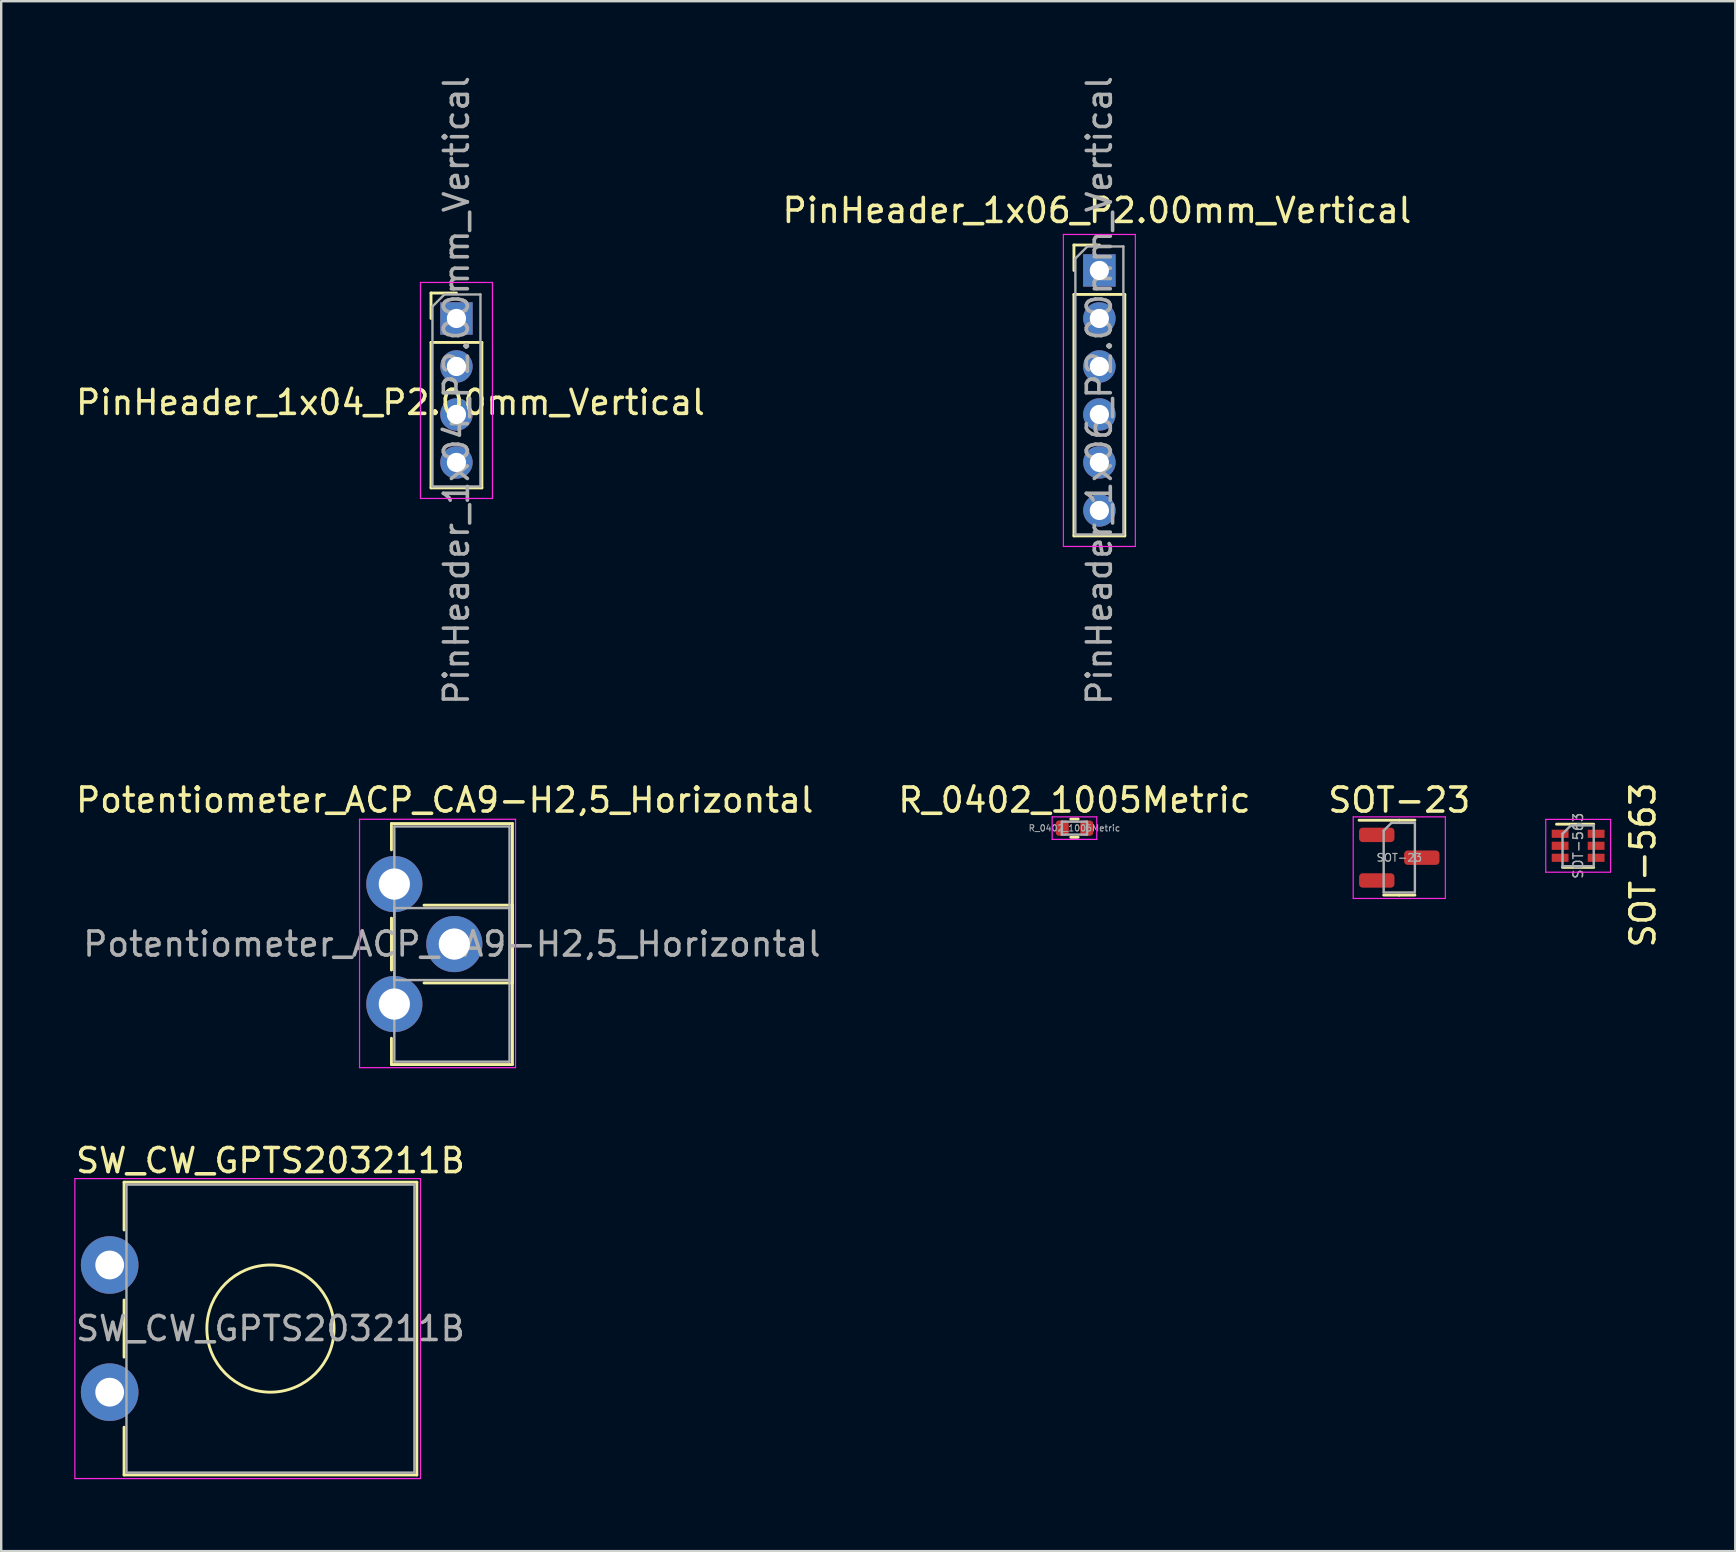
<source format=kicad_pcb>
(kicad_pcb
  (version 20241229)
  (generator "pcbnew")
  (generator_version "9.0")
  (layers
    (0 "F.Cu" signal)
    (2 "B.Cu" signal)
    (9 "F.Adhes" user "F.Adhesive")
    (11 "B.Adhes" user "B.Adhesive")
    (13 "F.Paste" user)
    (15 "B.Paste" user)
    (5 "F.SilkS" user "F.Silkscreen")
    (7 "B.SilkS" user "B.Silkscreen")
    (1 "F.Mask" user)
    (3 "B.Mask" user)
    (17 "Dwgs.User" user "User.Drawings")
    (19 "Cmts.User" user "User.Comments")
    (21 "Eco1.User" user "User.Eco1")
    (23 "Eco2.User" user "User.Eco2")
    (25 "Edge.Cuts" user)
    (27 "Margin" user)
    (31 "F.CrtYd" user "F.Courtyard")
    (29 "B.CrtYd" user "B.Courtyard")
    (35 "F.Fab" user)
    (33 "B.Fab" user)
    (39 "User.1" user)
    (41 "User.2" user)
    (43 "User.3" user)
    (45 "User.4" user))
  (footprint "PinHeader_1x04_P2.00mm_Vertical"
    (layer "F.Cu")
    (at 15.97 10.22)
    (property "Reference" "PinHeader_1x04_P2.00mm_Vertical" (at -2.75 3.5 0) (layer "F.SilkS") (effects (font (size 1 1) (thickness 0.15))))
    (attr through_hole exclude_from_bom)
    (fp_line (start -1.06 -1.06) (end 0 -1.06) (stroke (width 0.12) (type solid)) (layer "F.SilkS"))
    (fp_line (start -1.06 0) (end -1.06 -1.06) (stroke (width 0.12) (type solid)) (layer "F.SilkS"))
    (fp_line (start -1.06 1) (end -1.06 7.06) (stroke (width 0.12) (type solid)) (layer "F.SilkS"))
    (fp_line (start -1.06 1) (end 1.06 1) (stroke (width 0.12) (type solid)) (layer "F.SilkS"))
    (fp_line (start -1.06 7.06) (end 1.06 7.06) (stroke (width 0.12) (type solid)) (layer "F.SilkS"))
    (fp_line (start 1.06 1) (end 1.06 7.06) (stroke (width 0.12) (type solid)) (layer "F.SilkS"))
    (fp_line (start -1.5 -1.5) (end -1.5 7.5) (stroke (width 0.05) (type solid)) (layer "F.CrtYd"))
    (fp_line (start -1.5 7.5) (end 1.5 7.5) (stroke (width 0.05) (type solid)) (layer "F.CrtYd"))
    (fp_line (start 1.5 -1.5) (end -1.5 -1.5) (stroke (width 0.05) (type solid)) (layer "F.CrtYd"))
    (fp_line (start 1.5 7.5) (end 1.5 -1.5) (stroke (width 0.05) (type solid)) (layer "F.CrtYd"))
    (fp_line (start -1 -0.5) (end -0.5 -1) (stroke (width 0.1) (type solid)) (layer "F.Fab"))
    (fp_line (start -1 7) (end -1 -0.5) (stroke (width 0.1) (type solid)) (layer "F.Fab"))
    (fp_line (start -0.5 -1) (end 1 -1) (stroke (width 0.1) (type solid)) (layer "F.Fab"))
    (fp_line (start 1 -1) (end 1 7) (stroke (width 0.1) (type solid)) (layer "F.Fab"))
    (fp_line (start 1 7) (end -1 7) (stroke (width 0.1) (type solid)) (layer "F.Fab"))
    (fp_text user "${REFERENCE}" (at 0 3 90) (layer "F.Fab") (effects (font (size 1 1) (thickness 0.15))))
    (pad "1" thru_hole rect (at 0 0) (size 1.35 1.35) (drill 0.8) (layers "*.Cu" "*.Mask"))
    (pad "2" thru_hole oval (at 0 2) (size 1.35 1.35) (drill 0.8) (layers "*.Cu" "*.Mask"))
    (pad "3" thru_hole oval (at 0 4) (size 1.35 1.35) (drill 0.8) (layers "*.Cu" "*.Mask"))
    (pad "4" thru_hole oval (at 0 6) (size 1.35 1.35) (drill 0.8) (layers "*.Cu" "*.Mask")))
  (footprint "Potentiometer_ACP_CA9-H2,5_Horizontal"
    (layer "F.Cu")
    (at 13.382 33.789)
    (property "Reference" "Potentiometer_ACP_CA9-H2,5_Horizontal" (at 2.1 -3.5 0) (layer "F.SilkS") (effects (font (size 1 1) (thickness 0.15))))
    (attr through_hole exclude_from_bom)
    (fp_line (start -0.121 -2.521) (end -0.121 -1.426) (stroke (width 0.12) (type solid)) (layer "F.SilkS"))
    (fp_line (start -0.121 -2.521) (end 4.92 -2.521) (stroke (width 0.12) (type solid)) (layer "F.SilkS"))
    (fp_line (start -0.121 1.426) (end -0.121 3.575) (stroke (width 0.12) (type solid)) (layer "F.SilkS"))
    (fp_line (start -0.121 1.426) (end -0.121 3.575) (stroke (width 0.12) (type solid)) (layer "F.SilkS"))
    (fp_line (start -0.121 6.425) (end -0.121 7.52) (stroke (width 0.12) (type solid)) (layer "F.SilkS"))
    (fp_line (start -0.121 7.52) (end 4.92 7.52) (stroke (width 0.12) (type solid)) (layer "F.SilkS"))
    (fp_line (start 1.237 0.88) (end 4.92 0.88) (stroke (width 0.12) (type solid)) (layer "F.SilkS"))
    (fp_line (start 1.237 4.12) (end 4.92 4.12) (stroke (width 0.12) (type solid)) (layer "F.SilkS"))
    (fp_line (start 4.92 -2.521) (end 4.92 7.52) (stroke (width 0.12) (type solid)) (layer "F.SilkS"))
    (fp_line (start 4.92 0.88) (end 4.92 4.12) (stroke (width 0.12) (type solid)) (layer "F.SilkS"))
    (fp_line (start -1.45 -2.7) (end -1.45 7.65) (stroke (width 0.05) (type solid)) (layer "F.CrtYd"))
    (fp_line (start -1.45 7.65) (end 5.05 7.65) (stroke (width 0.05) (type solid)) (layer "F.CrtYd"))
    (fp_line (start 5.05 -2.7) (end -1.45 -2.7) (stroke (width 0.05) (type solid)) (layer "F.CrtYd"))
    (fp_line (start 5.05 7.65) (end 5.05 -2.7) (stroke (width 0.05) (type solid)) (layer "F.CrtYd"))
    (fp_line (start 0 -2.4) (end 4.8 -2.4) (stroke (width 0.1) (type solid)) (layer "F.Fab"))
    (fp_line (start 0 1) (end 0 4) (stroke (width 0.1) (type solid)) (layer "F.Fab"))
    (fp_line (start 0 4) (end 4.8 4) (stroke (width 0.1) (type solid)) (layer "F.Fab"))
    (fp_line (start 0 7.4) (end 0 -2.4) (stroke (width 0.1) (type solid)) (layer "F.Fab"))
    (fp_line (start 4.8 -2.4) (end 4.8 7.4) (stroke (width 0.1) (type solid)) (layer "F.Fab"))
    (fp_line (start 4.8 1) (end 0 1) (stroke (width 0.1) (type solid)) (layer "F.Fab"))
    (fp_line (start 4.8 4) (end 4.8 1) (stroke (width 0.1) (type solid)) (layer "F.Fab"))
    (fp_line (start 4.8 7.4) (end 0 7.4) (stroke (width 0.1) (type solid)) (layer "F.Fab"))
    (fp_text user "${REFERENCE}" (at 2.4 2.5 0) (layer "F.Fab") (effects (font (size 1 1) (thickness 0.15))))
    (pad "1" thru_hole circle (at 0 0) (size 2.34 2.34) (drill 1.3) (layers "*.Cu" "*.Mask"))
    (pad "2" thru_hole circle (at 2.5 2.5) (size 2.34 2.34) (drill 1.3) (layers "*.Cu" "*.Mask"))
    (pad "3" thru_hole circle (at 0 5) (size 2.34 2.34) (drill 1.3) (layers "*.Cu" "*.Mask")))
  (footprint "SOT-563"
    (layer "F.Cu")
    (at 62.711 32.194)
    (property "Reference" "SOT-563" (at 2.7 0.8 90) (layer "F.SilkS") (effects (font (size 1 1) (thickness 0.15))))
    (attr smd)
    (fp_line (start -0.9 -0.9) (end 0.65 -0.9) (stroke (width 0.12) (type solid)) (layer "F.SilkS"))
    (fp_line (start 0.65 0.9) (end -0.65 0.9) (stroke (width 0.12) (type solid)) (layer "F.SilkS"))
    (fp_line (start -1.35 -1.1) (end -1.35 1.1) (stroke (width 0.05) (type solid)) (layer "F.CrtYd"))
    (fp_line (start -1.35 -1.1) (end 1.35 -1.1) (stroke (width 0.05) (type solid)) (layer "F.CrtYd"))
    (fp_line (start 1.35 1.1) (end -1.35 1.1) (stroke (width 0.05) (type solid)) (layer "F.CrtYd"))
    (fp_line (start 1.35 1.1) (end 1.35 -1.1) (stroke (width 0.05) (type solid)) (layer "F.CrtYd"))
    (fp_line (start -0.65 -0.5) (end -0.65 0.85) (stroke (width 0.1) (type solid)) (layer "F.Fab"))
    (fp_line (start -0.65 -0.5) (end -0.3 -0.85) (stroke (width 0.1) (type solid)) (layer "F.Fab"))
    (fp_line (start -0.65 0.85) (end 0.65 0.85) (stroke (width 0.1) (type solid)) (layer "F.Fab"))
    (fp_line (start 0.65 -0.85) (end -0.3 -0.85) (stroke (width 0.1) (type solid)) (layer "F.Fab"))
    (fp_line (start 0.65 0.85) (end 0.65 -0.85) (stroke (width 0.1) (type solid)) (layer "F.Fab"))
    (fp_text user "${REFERENCE}" (at 0 0 270) (layer "F.Fab") (effects (font (size 0.4 0.4) (thickness 0.062))))
    (pad "1" smd rect (at -0.75 -0.5) (size 0.7 0.34) (layers "F.Cu" "F.Mask" "F.Paste"))
    (pad "2" smd rect (at -0.75 0) (size 0.7 0.34) (layers "F.Cu" "F.Mask" "F.Paste"))
    (pad "3" smd rect (at -0.75 0.5) (size 0.7 0.34) (layers "F.Cu" "F.Mask" "F.Paste"))
    (pad "4" smd rect (at 0.75 0.5) (size 0.7 0.34) (layers "F.Cu" "F.Mask" "F.Paste"))
    (pad "5" smd rect (at 0.75 0) (size 0.7 0.34) (layers "F.Cu" "F.Mask" "F.Paste"))
    (pad "6" smd rect (at 0.75 -0.5) (size 0.7 0.34) (layers "F.Cu" "F.Mask" "F.Paste")))
  (footprint "R_0402_1005Metric"
    (layer "F.Cu")
    (at 41.723 31.459)
    (property "Reference" "R_0402_1005Metric" (at 0 -1.17 180) (layer "F.SilkS") (effects (font (size 1 1) (thickness 0.15))))
    (attr smd)
    (fp_line (start -0.154 -0.38) (end 0.154 -0.38) (stroke (width 0.12) (type solid)) (layer "F.SilkS"))
    (fp_line (start -0.154 0.38) (end 0.154 0.38) (stroke (width 0.12) (type solid)) (layer "F.SilkS"))
    (fp_line (start -0.93 -0.47) (end 0.93 -0.47) (stroke (width 0.05) (type solid)) (layer "F.CrtYd"))
    (fp_line (start -0.93 0.47) (end -0.93 -0.47) (stroke (width 0.05) (type solid)) (layer "F.CrtYd"))
    (fp_line (start 0.93 -0.47) (end 0.93 0.47) (stroke (width 0.05) (type solid)) (layer "F.CrtYd"))
    (fp_line (start 0.93 0.47) (end -0.93 0.47) (stroke (width 0.05) (type solid)) (layer "F.CrtYd"))
    (fp_line (start -0.525 -0.27) (end 0.525 -0.27) (stroke (width 0.1) (type solid)) (layer "F.Fab"))
    (fp_line (start -0.525 0.27) (end -0.525 -0.27) (stroke (width 0.1) (type solid)) (layer "F.Fab"))
    (fp_line (start 0.525 -0.27) (end 0.525 0.27) (stroke (width 0.1) (type solid)) (layer "F.Fab"))
    (fp_line (start 0.525 0.27) (end -0.525 0.27) (stroke (width 0.1) (type solid)) (layer "F.Fab"))
    (fp_text user "${REFERENCE}" (at 0 0 180) (layer "F.Fab") (effects (font (size 0.26 0.26) (thickness 0.04))))
    (pad "1" smd roundrect (at -0.51 0) (size 0.54 0.64) (layers "F.Cu" "F.Mask" "F.Paste") (roundrect_rratio 0.25))
    (pad "2" smd roundrect (at 0.51 0) (size 0.54 0.64) (layers "F.Cu" "F.Mask" "F.Paste") (roundrect_rratio 0.25)))
  (footprint "SW_CW_GPTS203211B"
    (layer "F.Cu")
    (at 1.52 49.662)
    (property "Reference" "SW_CW_GPTS203211B" (at 6.7 -4.35 180) (layer "F.SilkS") (effects (font (size 1 1) (thickness 0.15))))
    (attr through_hole exclude_from_bom)
    (fp_line (start 0.6 -3.45) (end 12.8 -3.45) (stroke (width 0.12) (type solid)) (layer "F.SilkS"))
    (fp_line (start 0.6 -1.46) (end 0.6 -3.45) (stroke (width 0.12) (type solid)) (layer "F.SilkS"))
    (fp_line (start 0.6 1.46) (end 0.6 3.84) (stroke (width 0.12) (type solid)) (layer "F.SilkS"))
    (fp_line (start 0.6 8.75) (end 0.6 6.76) (stroke (width 0.12) (type solid)) (layer "F.SilkS"))
    (fp_line (start 12.8 -3.45) (end 12.8 8.75) (stroke (width 0.12) (type solid)) (layer "F.SilkS"))
    (fp_line (start 12.8 8.75) (end 0.6 8.75) (stroke (width 0.12) (type solid)) (layer "F.SilkS"))
    (fp_circle (center 6.7 2.65) (end 9.35 2.65) (stroke (width 0.12) (type solid)) (fill no) (layer "F.SilkS"))
    (fp_line (start -1.45 -3.6) (end -1.45 8.9) (stroke (width 0.05) (type solid)) (layer "F.CrtYd"))
    (fp_line (start -1.45 8.9) (end 12.95 8.9) (stroke (width 0.05) (type solid)) (layer "F.CrtYd"))
    (fp_line (start 12.95 -3.6) (end -1.45 -3.6) (stroke (width 0.05) (type solid)) (layer "F.CrtYd"))
    (fp_line (start 12.95 8.9) (end 12.95 -3.6) (stroke (width 0.05) (type solid)) (layer "F.CrtYd"))
    (fp_line (start 0.7 -3.35) (end 0.7 8.65) (stroke (width 0.1) (type solid)) (layer "F.Fab"))
    (fp_line (start 0.7 8.65) (end 12.7 8.65) (stroke (width 0.1) (type solid)) (layer "F.Fab"))
    (fp_line (start 12.7 -3.35) (end 0.7 -3.35) (stroke (width 0.1) (type solid)) (layer "F.Fab"))
    (fp_line (start 12.7 8.65) (end 12.7 -3.35) (stroke (width 0.1) (type solid)) (layer "F.Fab"))
    (fp_text user "${REFERENCE}" (at 6.7 2.65 180) (layer "F.Fab") (effects (font (size 1 1) (thickness 0.15))))
    (pad "1" thru_hole circle (at 0 0) (size 2.4 2.4) (drill 1.2) (layers "*.Cu" "*.Mask"))
    (pad "2" thru_hole circle (at 0 5.3) (size 2.4 2.4) (drill 1.2) (layers "*.Cu" "*.Mask")))
  (footprint "SOT-23"
    (layer "F.Cu")
    (at 55.258 32.689)
    (property "Reference" "SOT-23" (at 0 -2.4 0) (layer "F.SilkS") (effects (font (size 1 1) (thickness 0.15))))
    (attr smd)
    (fp_line (start 0 -1.56) (end -1.675 -1.56) (stroke (width 0.12) (type solid)) (layer "F.SilkS"))
    (fp_line (start 0 -1.56) (end 0.65 -1.56) (stroke (width 0.12) (type solid)) (layer "F.SilkS"))
    (fp_line (start 0 1.56) (end -0.65 1.56) (stroke (width 0.12) (type solid)) (layer "F.SilkS"))
    (fp_line (start 0 1.56) (end 0.65 1.56) (stroke (width 0.12) (type solid)) (layer "F.SilkS"))
    (fp_line (start -1.92 -1.7) (end -1.92 1.7) (stroke (width 0.05) (type solid)) (layer "F.CrtYd"))
    (fp_line (start -1.92 1.7) (end 1.92 1.7) (stroke (width 0.05) (type solid)) (layer "F.CrtYd"))
    (fp_line (start 1.92 -1.7) (end -1.92 -1.7) (stroke (width 0.05) (type solid)) (layer "F.CrtYd"))
    (fp_line (start 1.92 1.7) (end 1.92 -1.7) (stroke (width 0.05) (type solid)) (layer "F.CrtYd"))
    (fp_line (start -0.65 -1.125) (end -0.325 -1.45) (stroke (width 0.1) (type solid)) (layer "F.Fab"))
    (fp_line (start -0.65 1.45) (end -0.65 -1.125) (stroke (width 0.1) (type solid)) (layer "F.Fab"))
    (fp_line (start -0.325 -1.45) (end 0.65 -1.45) (stroke (width 0.1) (type solid)) (layer "F.Fab"))
    (fp_line (start 0.65 -1.45) (end 0.65 1.45) (stroke (width 0.1) (type solid)) (layer "F.Fab"))
    (fp_line (start 0.65 1.45) (end -0.65 1.45) (stroke (width 0.1) (type solid)) (layer "F.Fab"))
    (fp_text user "${REFERENCE}" (at 0 0 0) (layer "F.Fab") (effects (font (size 0.32 0.32) (thickness 0.05))))
    (pad "1" smd roundrect (at -0.938 -0.95) (size 1.475 0.6) (layers "F.Cu" "F.Mask" "F.Paste") (roundrect_rratio 0.25))
    (pad "2" smd roundrect (at -0.938 0.95) (size 1.475 0.6) (layers "F.Cu" "F.Mask" "F.Paste") (roundrect_rratio 0.25))
    (pad "3" smd roundrect (at 0.938 0) (size 1.475 0.6) (layers "F.Cu" "F.Mask" "F.Paste") (roundrect_rratio 0.25)))
  (footprint "PinHeader_1x06_P2.00mm_Vertical"
    (layer "F.Cu")
    (at 42.761 8.22)
    (property "Reference" "PinHeader_1x06_P2.00mm_Vertical" (at -0.1 -2.5 0) (layer "F.SilkS") (effects (font (size 1 1) (thickness 0.15))))
    (attr through_hole exclude_from_bom)
    (fp_line (start -1.06 -1.06) (end 0 -1.06) (stroke (width 0.12) (type solid)) (layer "F.SilkS"))
    (fp_line (start -1.06 0) (end -1.06 -1.06) (stroke (width 0.12) (type solid)) (layer "F.SilkS"))
    (fp_line (start -1.06 1) (end -1.06 11.06) (stroke (width 0.12) (type solid)) (layer "F.SilkS"))
    (fp_line (start -1.06 1) (end 1.06 1) (stroke (width 0.12) (type solid)) (layer "F.SilkS"))
    (fp_line (start -1.06 11.06) (end 1.06 11.06) (stroke (width 0.12) (type solid)) (layer "F.SilkS"))
    (fp_line (start 1.06 1) (end 1.06 11.06) (stroke (width 0.12) (type solid)) (layer "F.SilkS"))
    (fp_line (start -1.5 -1.5) (end -1.5 11.5) (stroke (width 0.05) (type solid)) (layer "F.CrtYd"))
    (fp_line (start -1.5 11.5) (end 1.5 11.5) (stroke (width 0.05) (type solid)) (layer "F.CrtYd"))
    (fp_line (start 1.5 -1.5) (end -1.5 -1.5) (stroke (width 0.05) (type solid)) (layer "F.CrtYd"))
    (fp_line (start 1.5 11.5) (end 1.5 -1.5) (stroke (width 0.05) (type solid)) (layer "F.CrtYd"))
    (fp_line (start -1 -0.5) (end -0.5 -1) (stroke (width 0.1) (type solid)) (layer "F.Fab"))
    (fp_line (start -1 11) (end -1 -0.5) (stroke (width 0.1) (type solid)) (layer "F.Fab"))
    (fp_line (start -0.5 -1) (end 1 -1) (stroke (width 0.1) (type solid)) (layer "F.Fab"))
    (fp_line (start 1 -1) (end 1 11) (stroke (width 0.1) (type solid)) (layer "F.Fab"))
    (fp_line (start 1 11) (end -1 11) (stroke (width 0.1) (type solid)) (layer "F.Fab"))
    (fp_text user "${REFERENCE}" (at 0 5 270) (layer "F.Fab") (effects (font (size 1 1) (thickness 0.15))))
    (pad "1" thru_hole rect (at 0 0) (size 1.35 1.35) (drill 0.8) (layers "*.Cu" "*.Mask"))
    (pad "2" thru_hole oval (at 0 2) (size 1.35 1.35) (drill 0.8) (layers "*.Cu" "*.Mask"))
    (pad "3" thru_hole oval (at 0 4) (size 1.35 1.35) (drill 0.8) (layers "*.Cu" "*.Mask"))
    (pad "4" thru_hole oval (at 0 6) (size 1.35 1.35) (drill 0.8) (layers "*.Cu" "*.Mask"))
    (pad "5" thru_hole oval (at 0 8) (size 1.35 1.35) (drill 0.8) (layers "*.Cu" "*.Mask"))
    (pad "6" thru_hole oval (at 0 10) (size 1.35 1.35) (drill 0.8) (layers "*.Cu" "*.Mask")))
  (gr_rect
    (start -3 -3)
    (end 69.259 61.587)
    (stroke (width 0.1) (type default))
    (fill no)
    (layer "Edge.Cuts")))
</source>
